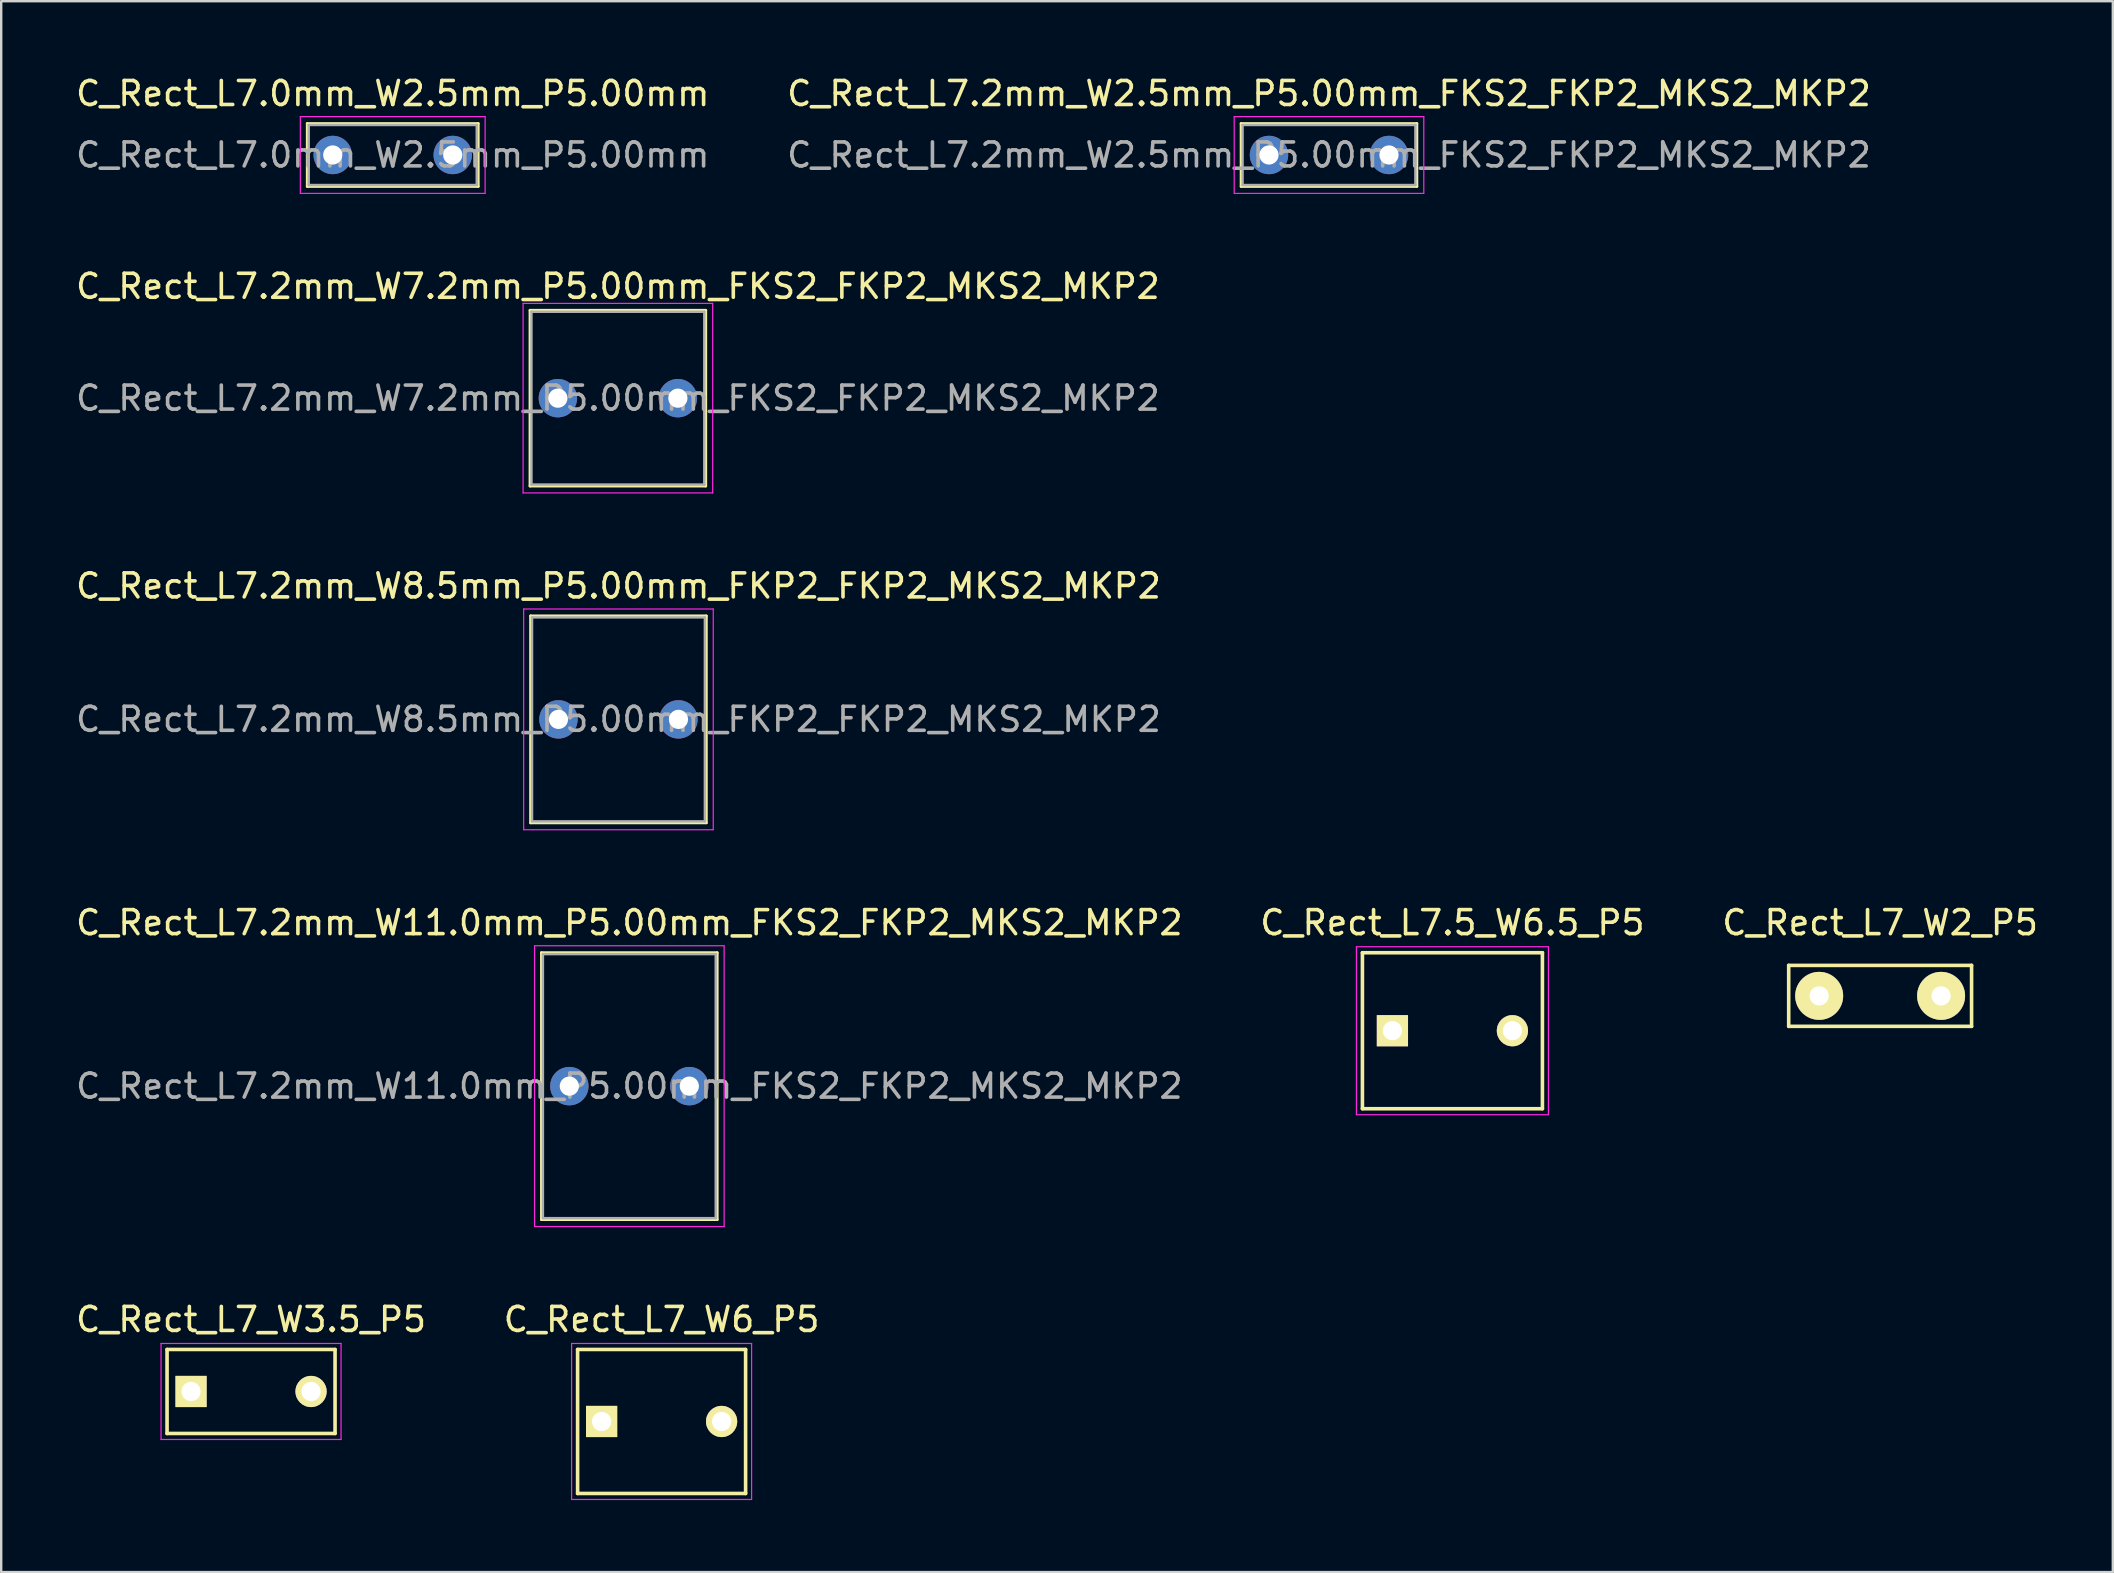
<source format=kicad_pcb>
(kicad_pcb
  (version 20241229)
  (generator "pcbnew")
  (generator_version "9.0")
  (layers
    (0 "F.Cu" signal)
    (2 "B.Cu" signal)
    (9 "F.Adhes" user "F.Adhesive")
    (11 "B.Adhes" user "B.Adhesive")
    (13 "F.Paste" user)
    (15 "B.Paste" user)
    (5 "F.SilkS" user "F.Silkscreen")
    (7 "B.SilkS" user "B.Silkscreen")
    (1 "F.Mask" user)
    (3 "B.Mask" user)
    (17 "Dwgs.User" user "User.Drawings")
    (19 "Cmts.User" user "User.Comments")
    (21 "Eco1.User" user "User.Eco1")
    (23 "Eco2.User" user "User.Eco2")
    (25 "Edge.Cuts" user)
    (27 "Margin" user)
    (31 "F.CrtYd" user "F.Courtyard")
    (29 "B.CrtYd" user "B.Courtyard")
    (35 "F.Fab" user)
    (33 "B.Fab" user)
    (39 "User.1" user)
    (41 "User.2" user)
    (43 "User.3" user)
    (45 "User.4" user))
  (footprint "C_Rect_L7.2mm_W2.5mm_P5.00mm_FKS2_FKP2_MKS2_MKP2"
    (layer "F.Cu")
    (at 49.827 3.408)
    (property "Reference" "C_Rect_L7.2mm_W2.5mm_P5.00mm_FKS2_FKP2_MKS2_MKP2" (at 2.5 -2.56 0) (layer "F.SilkS") (effects (font (size 1 1) (thickness 0.15))))
    (attr through_hole)
    (fp_line (start -1.16 -1.31) (end -1.16 1.31) (stroke (width 0.12) (type solid)) (layer "F.SilkS"))
    (fp_line (start -1.16 -1.31) (end 6.16 -1.31) (stroke (width 0.12) (type solid)) (layer "F.SilkS"))
    (fp_line (start -1.16 1.31) (end 6.16 1.31) (stroke (width 0.12) (type solid)) (layer "F.SilkS"))
    (fp_line (start 6.16 -1.31) (end 6.16 1.31) (stroke (width 0.12) (type solid)) (layer "F.SilkS"))
    (fp_line (start -1.45 -1.6) (end -1.45 1.6) (stroke (width 0.05) (type solid)) (layer "F.CrtYd"))
    (fp_line (start -1.45 1.6) (end 6.45 1.6) (stroke (width 0.05) (type solid)) (layer "F.CrtYd"))
    (fp_line (start 6.45 -1.6) (end -1.45 -1.6) (stroke (width 0.05) (type solid)) (layer "F.CrtYd"))
    (fp_line (start 6.45 1.6) (end 6.45 -1.6) (stroke (width 0.05) (type solid)) (layer "F.CrtYd"))
    (fp_line (start -1.1 -1.25) (end -1.1 1.25) (stroke (width 0.1) (type solid)) (layer "F.Fab"))
    (fp_line (start -1.1 1.25) (end 6.1 1.25) (stroke (width 0.1) (type solid)) (layer "F.Fab"))
    (fp_line (start 6.1 -1.25) (end -1.1 -1.25) (stroke (width 0.1) (type solid)) (layer "F.Fab"))
    (fp_line (start 6.1 1.25) (end 6.1 -1.25) (stroke (width 0.1) (type solid)) (layer "F.Fab"))
    (fp_text user "${REFERENCE}" (at 2.5 0 0) (layer "F.Fab") (effects (font (size 1 1) (thickness 0.15))))
    (pad "1" thru_hole circle (at 0 0) (size 1.6 1.6) (drill 0.8) (layers "*.Cu" "*.Mask"))
    (pad "2" thru_hole circle (at 5 0) (size 1.6 1.6) (drill 0.8) (layers "*.Cu" "*.Mask")))
  (footprint "C_Rect_L7.2mm_W11.0mm_P5.00mm_FKS2_FKP2_MKS2_MKP2"
    (layer "F.Cu")
    (at 20.673 42.208)
    (property "Reference" "C_Rect_L7.2mm_W11.0mm_P5.00mm_FKS2_FKP2_MKS2_MKP2" (at 2.5 -6.81 0) (layer "F.SilkS") (effects (font (size 1 1) (thickness 0.15))))
    (attr through_hole)
    (fp_line (start -1.16 -5.56) (end -1.16 5.56) (stroke (width 0.12) (type solid)) (layer "F.SilkS"))
    (fp_line (start -1.16 -5.56) (end 6.16 -5.56) (stroke (width 0.12) (type solid)) (layer "F.SilkS"))
    (fp_line (start -1.16 5.56) (end 6.16 5.56) (stroke (width 0.12) (type solid)) (layer "F.SilkS"))
    (fp_line (start 6.16 -5.56) (end 6.16 5.56) (stroke (width 0.12) (type solid)) (layer "F.SilkS"))
    (fp_line (start -1.45 -5.85) (end -1.45 5.85) (stroke (width 0.05) (type solid)) (layer "F.CrtYd"))
    (fp_line (start -1.45 5.85) (end 6.45 5.85) (stroke (width 0.05) (type solid)) (layer "F.CrtYd"))
    (fp_line (start 6.45 -5.85) (end -1.45 -5.85) (stroke (width 0.05) (type solid)) (layer "F.CrtYd"))
    (fp_line (start 6.45 5.85) (end 6.45 -5.85) (stroke (width 0.05) (type solid)) (layer "F.CrtYd"))
    (fp_line (start -1.1 -5.5) (end -1.1 5.5) (stroke (width 0.1) (type solid)) (layer "F.Fab"))
    (fp_line (start -1.1 5.5) (end 6.1 5.5) (stroke (width 0.1) (type solid)) (layer "F.Fab"))
    (fp_line (start 6.1 -5.5) (end -1.1 -5.5) (stroke (width 0.1) (type solid)) (layer "F.Fab"))
    (fp_line (start 6.1 5.5) (end 6.1 -5.5) (stroke (width 0.1) (type solid)) (layer "F.Fab"))
    (fp_text user "${REFERENCE}" (at 2.5 0 0) (layer "F.Fab") (effects (font (size 1 1) (thickness 0.15))))
    (pad "1" thru_hole circle (at 0 0) (size 1.6 1.6) (drill 0.8) (layers "*.Cu" "*.Mask"))
    (pad "2" thru_hole circle (at 5 0) (size 1.6 1.6) (drill 0.8) (layers "*.Cu" "*.Mask")))
  (footprint "C_Rect_L7.2mm_W7.2mm_P5.00mm_FKS2_FKP2_MKS2_MKP2"
    (layer "F.Cu")
    (at 20.196 13.541)
    (property "Reference" "C_Rect_L7.2mm_W7.2mm_P5.00mm_FKS2_FKP2_MKS2_MKP2" (at 2.5 -4.66 0) (layer "F.SilkS") (effects (font (size 1 1) (thickness 0.15))))
    (attr through_hole)
    (fp_line (start -1.16 -3.66) (end -1.16 3.66) (stroke (width 0.12) (type solid)) (layer "F.SilkS"))
    (fp_line (start -1.16 -3.66) (end 6.16 -3.66) (stroke (width 0.12) (type solid)) (layer "F.SilkS"))
    (fp_line (start -1.16 3.66) (end 6.16 3.66) (stroke (width 0.12) (type solid)) (layer "F.SilkS"))
    (fp_line (start 6.16 -3.66) (end 6.16 3.66) (stroke (width 0.12) (type solid)) (layer "F.SilkS"))
    (fp_line (start -1.45 -3.95) (end -1.45 3.95) (stroke (width 0.05) (type solid)) (layer "F.CrtYd"))
    (fp_line (start -1.45 3.95) (end 6.45 3.95) (stroke (width 0.05) (type solid)) (layer "F.CrtYd"))
    (fp_line (start 6.45 -3.95) (end -1.45 -3.95) (stroke (width 0.05) (type solid)) (layer "F.CrtYd"))
    (fp_line (start 6.45 3.95) (end 6.45 -3.95) (stroke (width 0.05) (type solid)) (layer "F.CrtYd"))
    (fp_line (start -1.1 -3.6) (end -1.1 3.6) (stroke (width 0.1) (type solid)) (layer "F.Fab"))
    (fp_line (start -1.1 3.6) (end 6.1 3.6) (stroke (width 0.1) (type solid)) (layer "F.Fab"))
    (fp_line (start 6.1 -3.6) (end -1.1 -3.6) (stroke (width 0.1) (type solid)) (layer "F.Fab"))
    (fp_line (start 6.1 3.6) (end 6.1 -3.6) (stroke (width 0.1) (type solid)) (layer "F.Fab"))
    (fp_text user "${REFERENCE}" (at 2.5 0 0) (layer "F.Fab") (effects (font (size 1 1) (thickness 0.15))))
    (pad "1" thru_hole circle (at 0 0) (size 1.6 1.6) (drill 0.8) (layers "*.Cu" "*.Mask"))
    (pad "2" thru_hole circle (at 5 0) (size 1.6 1.6) (drill 0.8) (layers "*.Cu" "*.Mask")))
  (footprint "C_Rect_L7.0mm_W2.5mm_P5.00mm"
    (layer "F.Cu")
    (at 10.815 3.408)
    (property "Reference" "C_Rect_L7.0mm_W2.5mm_P5.00mm" (at 2.5 -2.56 0) (layer "F.SilkS") (effects (font (size 1 1) (thickness 0.15))))
    (attr through_hole)
    (fp_line (start -1.06 -1.31) (end -1.06 1.31) (stroke (width 0.12) (type solid)) (layer "F.SilkS"))
    (fp_line (start -1.06 -1.31) (end 6.06 -1.31) (stroke (width 0.12) (type solid)) (layer "F.SilkS"))
    (fp_line (start -1.06 1.31) (end 6.06 1.31) (stroke (width 0.12) (type solid)) (layer "F.SilkS"))
    (fp_line (start 6.06 -1.31) (end 6.06 1.31) (stroke (width 0.12) (type solid)) (layer "F.SilkS"))
    (fp_line (start -1.35 -1.6) (end -1.35 1.6) (stroke (width 0.05) (type solid)) (layer "F.CrtYd"))
    (fp_line (start -1.35 1.6) (end 6.35 1.6) (stroke (width 0.05) (type solid)) (layer "F.CrtYd"))
    (fp_line (start 6.35 -1.6) (end -1.35 -1.6) (stroke (width 0.05) (type solid)) (layer "F.CrtYd"))
    (fp_line (start 6.35 1.6) (end 6.35 -1.6) (stroke (width 0.05) (type solid)) (layer "F.CrtYd"))
    (fp_line (start -1 -1.25) (end -1 1.25) (stroke (width 0.1) (type solid)) (layer "F.Fab"))
    (fp_line (start -1 1.25) (end 6 1.25) (stroke (width 0.1) (type solid)) (layer "F.Fab"))
    (fp_line (start 6 -1.25) (end -1 -1.25) (stroke (width 0.1) (type solid)) (layer "F.Fab"))
    (fp_line (start 6 1.25) (end 6 -1.25) (stroke (width 0.1) (type solid)) (layer "F.Fab"))
    (fp_text user "${REFERENCE}" (at 2.5 0 0) (layer "F.Fab") (effects (font (size 1 1) (thickness 0.15))))
    (pad "1" thru_hole circle (at 0 0) (size 1.6 1.6) (drill 0.8) (layers "*.Cu" "*.Mask"))
    (pad "2" thru_hole circle (at 5 0) (size 1.6 1.6) (drill 0.8) (layers "*.Cu" "*.Mask")))
  (footprint "C_Rect_L7_W2_P5"
    (layer "F.Cu")
    (at 75.292 38.446)
    (property "Reference" "C_Rect_L7_W2_P5" (at 0 -3.048 0) (layer "F.SilkS") (effects (font (size 1 1) (thickness 0.15))))
    (attr through_hole)
    (fp_line (start -3.81 -1.27) (end 3.81 -1.27) (stroke (width 0.15) (type solid)) (layer "F.SilkS"))
    (fp_line (start -3.81 1.27) (end -3.81 -1.27) (stroke (width 0.15) (type solid)) (layer "F.SilkS"))
    (fp_line (start 3.81 -1.27) (end 3.81 1.27) (stroke (width 0.15) (type solid)) (layer "F.SilkS"))
    (fp_line (start 3.81 1.27) (end -3.81 1.27) (stroke (width 0.15) (type solid)) (layer "F.SilkS"))
    (pad "1" thru_hole circle (at -2.54 0) (size 1.999 1.999) (drill 0.8) (layers "*.Cu" "*.Mask" "F.SilkS"))
    (pad "2" thru_hole circle (at 2.54 0) (size 1.999 1.999) (drill 0.8) (layers "*.Cu" "*.Mask" "F.SilkS")))
  (footprint "C_Rect_L7_W6_P5"
    (layer "F.Cu")
    (at 22.018 56.181)
    (property "Reference" "C_Rect_L7_W6_P5" (at 2.5 -4.25 0) (layer "F.SilkS") (effects (font (size 1 1) (thickness 0.15))))
    (attr through_hole)
    (fp_line (start -1 -3) (end 6 -3) (stroke (width 0.15) (type solid)) (layer "F.SilkS"))
    (fp_line (start -1 3) (end -1 -3) (stroke (width 0.15) (type solid)) (layer "F.SilkS"))
    (fp_line (start 6 -3) (end 6 3) (stroke (width 0.15) (type solid)) (layer "F.SilkS"))
    (fp_line (start 6 3) (end -1 3) (stroke (width 0.15) (type solid)) (layer "F.SilkS"))
    (fp_line (start -1.25 -3.25) (end 6.25 -3.25) (stroke (width 0.05) (type solid)) (layer "F.CrtYd"))
    (fp_line (start -1.25 3.25) (end -1.25 -3.25) (stroke (width 0.05) (type solid)) (layer "F.CrtYd"))
    (fp_line (start 6.25 -3.25) (end 6.25 3.25) (stroke (width 0.05) (type solid)) (layer "F.CrtYd"))
    (fp_line (start 6.25 3.25) (end -1.25 3.25) (stroke (width 0.05) (type solid)) (layer "F.CrtYd"))
    (pad "1" thru_hole rect (at 0 0) (size 1.3 1.3) (drill 0.8) (layers "*.Cu" "*.Mask" "F.SilkS"))
    (pad "2" thru_hole circle (at 5 0) (size 1.3 1.3) (drill 0.8) (layers "*.Cu" "*.Mask" "F.SilkS")))
  (footprint "C_Rect_L7.5_W6.5_P5"
    (layer "F.Cu")
    (at 54.97 39.898)
    (property "Reference" "C_Rect_L7.5_W6.5_P5" (at 2.5 -4.5 0) (layer "F.SilkS") (effects (font (size 1 1) (thickness 0.15))))
    (attr through_hole)
    (fp_line (start -1.25 -3.25) (end 6.25 -3.25) (stroke (width 0.15) (type solid)) (layer "F.SilkS"))
    (fp_line (start -1.25 3.25) (end -1.25 -3.25) (stroke (width 0.15) (type solid)) (layer "F.SilkS"))
    (fp_line (start 6.25 -3.25) (end 6.25 3.25) (stroke (width 0.15) (type solid)) (layer "F.SilkS"))
    (fp_line (start 6.25 3.25) (end -1.25 3.25) (stroke (width 0.15) (type solid)) (layer "F.SilkS"))
    (fp_line (start -1.5 -3.5) (end 6.5 -3.5) (stroke (width 0.05) (type solid)) (layer "F.CrtYd"))
    (fp_line (start -1.5 3.5) (end -1.5 -3.5) (stroke (width 0.05) (type solid)) (layer "F.CrtYd"))
    (fp_line (start 6.5 -3.5) (end 6.5 3.5) (stroke (width 0.05) (type solid)) (layer "F.CrtYd"))
    (fp_line (start 6.5 3.5) (end -1.5 3.5) (stroke (width 0.05) (type solid)) (layer "F.CrtYd"))
    (pad "1" thru_hole rect (at 0 0) (size 1.3 1.3) (drill 0.8) (layers "*.Cu" "*.Mask" "F.SilkS"))
    (pad "2" thru_hole circle (at 5 0) (size 1.3 1.3) (drill 0.8) (layers "*.Cu" "*.Mask" "F.SilkS")))
  (footprint "C_Rect_L7_W3.5_P5"
    (layer "F.Cu")
    (at 4.911 54.931)
    (property "Reference" "C_Rect_L7_W3.5_P5" (at 2.5 -3 0) (layer "F.SilkS") (effects (font (size 1 1) (thickness 0.15))))
    (attr through_hole)
    (fp_line (start -1 -1.75) (end 6 -1.75) (stroke (width 0.15) (type solid)) (layer "F.SilkS"))
    (fp_line (start -1 1.75) (end -1 -1.75) (stroke (width 0.15) (type solid)) (layer "F.SilkS"))
    (fp_line (start 6 -1.75) (end 6 1.75) (stroke (width 0.15) (type solid)) (layer "F.SilkS"))
    (fp_line (start 6 1.75) (end -1 1.75) (stroke (width 0.15) (type solid)) (layer "F.SilkS"))
    (fp_line (start -1.25 -2) (end 6.25 -2) (stroke (width 0.05) (type solid)) (layer "F.CrtYd"))
    (fp_line (start -1.25 2) (end -1.25 -2) (stroke (width 0.05) (type solid)) (layer "F.CrtYd"))
    (fp_line (start 6.25 -2) (end 6.25 2) (stroke (width 0.05) (type solid)) (layer "F.CrtYd"))
    (fp_line (start 6.25 2) (end -1.25 2) (stroke (width 0.05) (type solid)) (layer "F.CrtYd"))
    (pad "1" thru_hole rect (at 0 0) (size 1.3 1.3) (drill 0.8) (layers "*.Cu" "*.Mask" "F.SilkS"))
    (pad "2" thru_hole circle (at 5 0) (size 1.3 1.3) (drill 0.8) (layers "*.Cu" "*.Mask" "F.SilkS")))
  (footprint "C_Rect_L7.2mm_W8.5mm_P5.00mm_FKP2_FKP2_MKS2_MKP2"
    (layer "F.Cu")
    (at 20.22 26.925)
    (property "Reference" "C_Rect_L7.2mm_W8.5mm_P5.00mm_FKP2_FKP2_MKS2_MKP2" (at 2.5 -5.56 0) (layer "F.SilkS") (effects (font (size 1 1) (thickness 0.15))))
    (attr through_hole)
    (fp_line (start -1.16 -4.31) (end -1.16 4.31) (stroke (width 0.12) (type solid)) (layer "F.SilkS"))
    (fp_line (start -1.16 -4.31) (end 6.16 -4.31) (stroke (width 0.12) (type solid)) (layer "F.SilkS"))
    (fp_line (start -1.16 4.31) (end 6.16 4.31) (stroke (width 0.12) (type solid)) (layer "F.SilkS"))
    (fp_line (start 6.16 -4.31) (end 6.16 4.31) (stroke (width 0.12) (type solid)) (layer "F.SilkS"))
    (fp_line (start -1.45 -4.6) (end -1.45 4.6) (stroke (width 0.05) (type solid)) (layer "F.CrtYd"))
    (fp_line (start -1.45 4.6) (end 6.45 4.6) (stroke (width 0.05) (type solid)) (layer "F.CrtYd"))
    (fp_line (start 6.45 -4.6) (end -1.45 -4.6) (stroke (width 0.05) (type solid)) (layer "F.CrtYd"))
    (fp_line (start 6.45 4.6) (end 6.45 -4.6) (stroke (width 0.05) (type solid)) (layer "F.CrtYd"))
    (fp_line (start -1.1 -4.25) (end -1.1 4.25) (stroke (width 0.1) (type solid)) (layer "F.Fab"))
    (fp_line (start -1.1 4.25) (end 6.1 4.25) (stroke (width 0.1) (type solid)) (layer "F.Fab"))
    (fp_line (start 6.1 -4.25) (end -1.1 -4.25) (stroke (width 0.1) (type solid)) (layer "F.Fab"))
    (fp_line (start 6.1 4.25) (end 6.1 -4.25) (stroke (width 0.1) (type solid)) (layer "F.Fab"))
    (fp_text user "${REFERENCE}" (at 2.5 0 0) (layer "F.Fab") (effects (font (size 1 1) (thickness 0.15))))
    (pad "1" thru_hole circle (at 0 0) (size 1.6 1.6) (drill 0.8) (layers "*.Cu" "*.Mask"))
    (pad "2" thru_hole circle (at 5 0) (size 1.6 1.6) (drill 0.8) (layers "*.Cu" "*.Mask")))
  (gr_rect
    (start -3 -3)
    (end 84.988 62.456)
    (stroke (width 0.1) (type default))
    (fill no)
    (layer "Edge.Cuts")))
</source>
